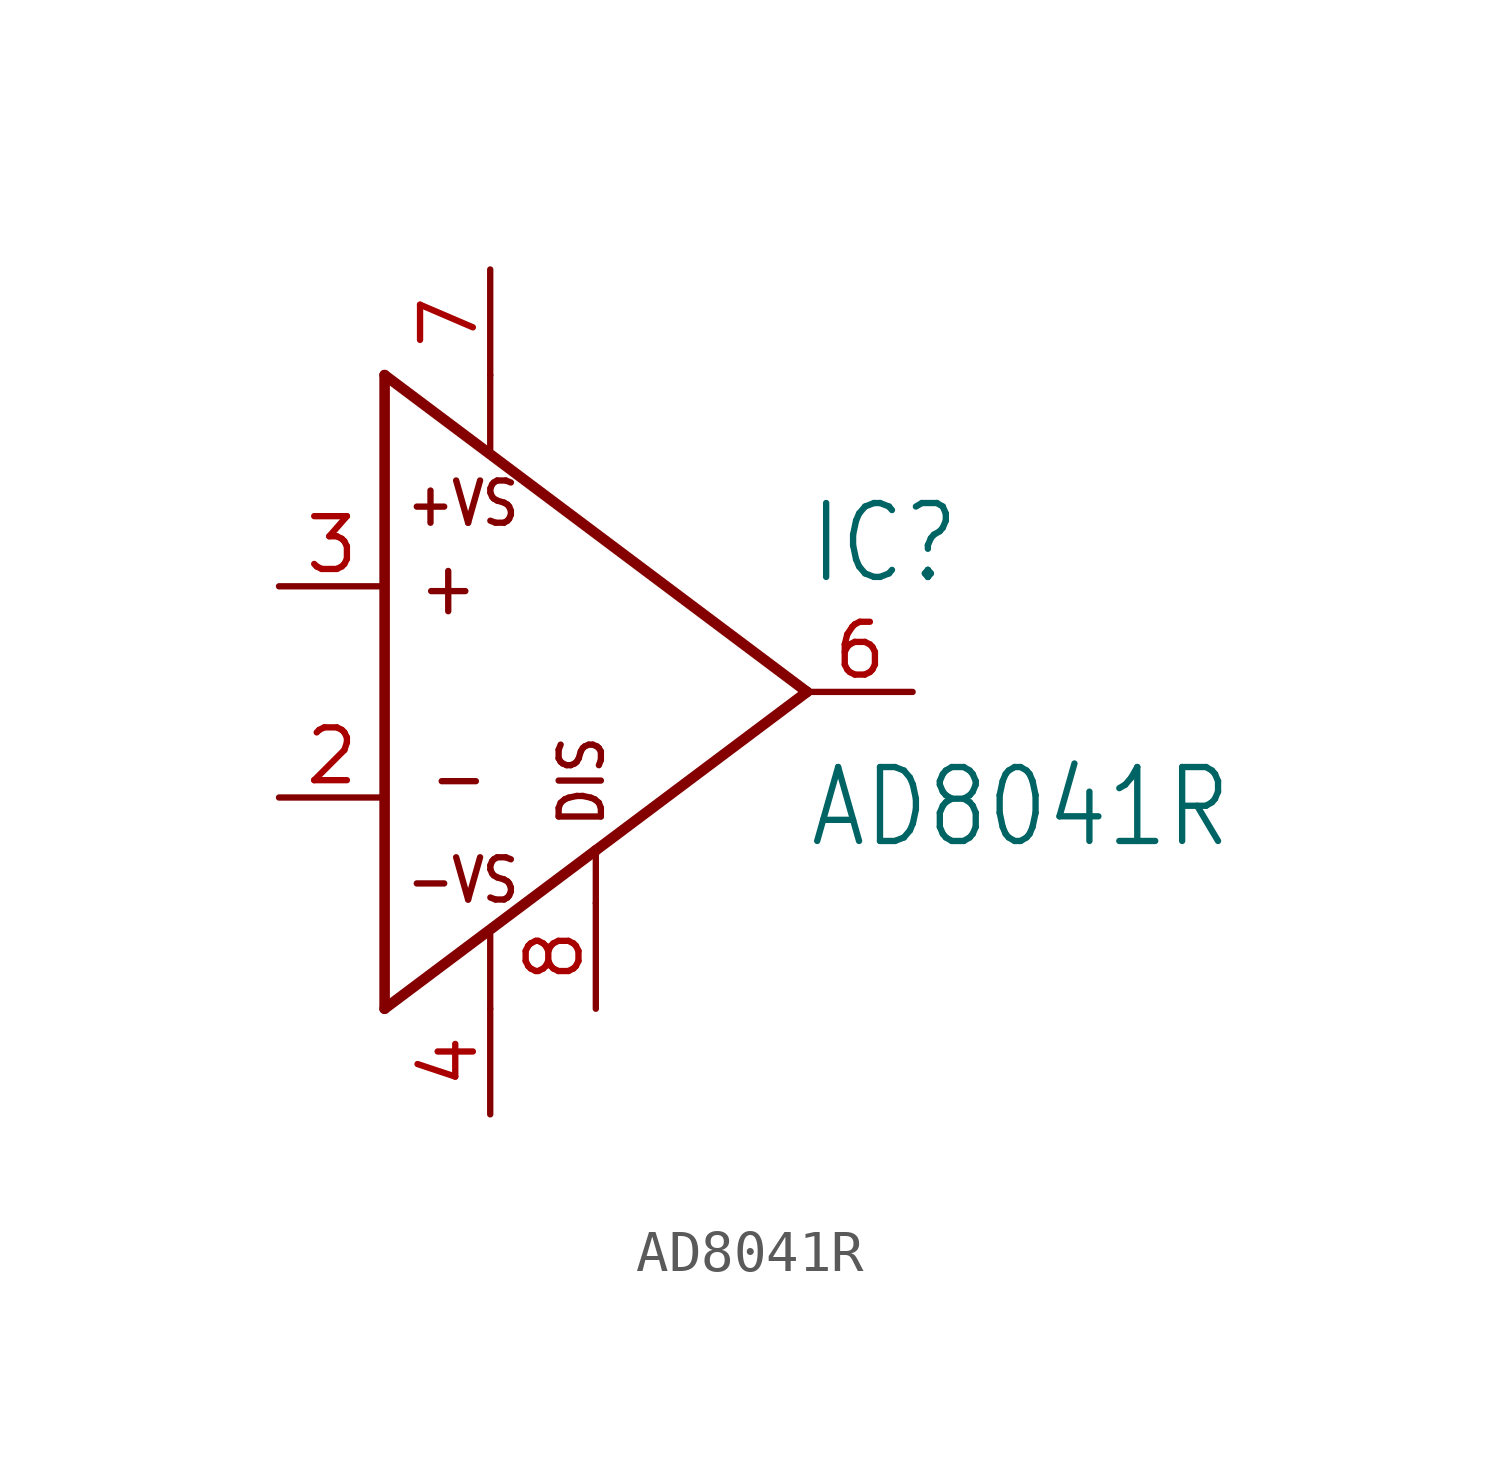
<source format=kicad_sym>
(kicad_symbol_lib
  (version 20211014)
  (generator kicad_symbol_editor)
  (symbol "AD8041R"
    (property "Reference" "IC"
      (at 7.62 2.54 0)
      (effects (font (size 1.778 1.511)) (justify left bottom)))
    (property "Value" "AD8041R"
      (at 7.62 -3.81 0)
      (effects (font (size 1.778 1.511)) (justify left bottom)))
    (property "ki_locked" ""
      (at 0 0 0)
      (effects (font (size 1.27 1.27))))
    (symbol "AD8041R_1_0"
      (polyline (pts (xy -2.54 -7.62) (xy 2.54 -3.81)) (stroke (width 0.254) (type default) (color 0 0 0 0)) (fill (type none)))
      (polyline (pts (xy -2.54 7.62) (xy -2.54 -7.62)) (stroke (width 0.254) (type default) (color 0 0 0 0)) (fill (type none)))
      (polyline (pts (xy 0 -7.62) (xy 0 -5.842)) (stroke (width 0.152) (type default) (color 0 0 0 0)) (fill (type none)))
      (polyline (pts (xy 0 5.842) (xy 0 7.62)) (stroke (width 0.152) (type default) (color 0 0 0 0)) (fill (type none)))
      (polyline (pts (xy 2.54 -5.08) (xy 2.54 -3.81)) (stroke (width 0.152) (type default) (color 0 0 0 0)) (fill (type none)))
      (polyline (pts (xy 2.54 -3.81) (xy 7.62 0)) (stroke (width 0.254) (type default) (color 0 0 0 0)) (fill (type none)))
      (polyline (pts (xy 7.62 0) (xy -2.54 7.62)) (stroke (width 0.254) (type default) (color 0 0 0 0)) (fill (type none)))
      (text "+" (at -1.778 1.778 0) (effects (font (size 1.27 1.079)) (justify left bottom)))
      (text "+VS" (at 0.762 3.937 0) (effects (font (size 1.016 0.864)) (justify right bottom)))
      (text "-" (at -1.524 -2.794 0) (effects (font (size 1.27 1.079)) (justify left bottom)))
      (text "-VS" (at 0.762 -3.937 0) (effects (font (size 1.016 0.864)) (justify right top)))
      (text "DIS" (at 2.794 -3.302 900) (effects (font (size 1.016 0.864)) (justify left bottom)))
      (pin input line (at -5.08 -2.54 0) (length 2.54) (name "IN-" (effects (font (size 0 0)))) (number "2" (effects (font (size 1.27 1.27)))))
      (pin input line (at -5.08 2.54 0) (length 2.54) (name "IN+" (effects (font (size 0 0)))) (number "3" (effects (font (size 1.27 1.27)))))
      (pin input line (at 0 -10.16 90) (length 2.54) (name "-VS" (effects (font (size 0 0)))) (number "4" (effects (font (size 1.27 1.27)))))
      (pin output line (at 10.16 0 180) (length 2.54) (name "OUT" (effects (font (size 0 0)))) (number "6" (effects (font (size 1.27 1.27)))))
      (pin input line (at 0 10.16 270) (length 2.54) (name "+VS" (effects (font (size 0 0)))) (number "7" (effects (font (size 1.27 1.27)))))
      (pin passive line (at 2.54 -7.62 90) (length 2.54) (name "DISABLE" (effects (font (size 0 0)))) (number "8" (effects (font (size 1.27 1.27))))))))
</source>
